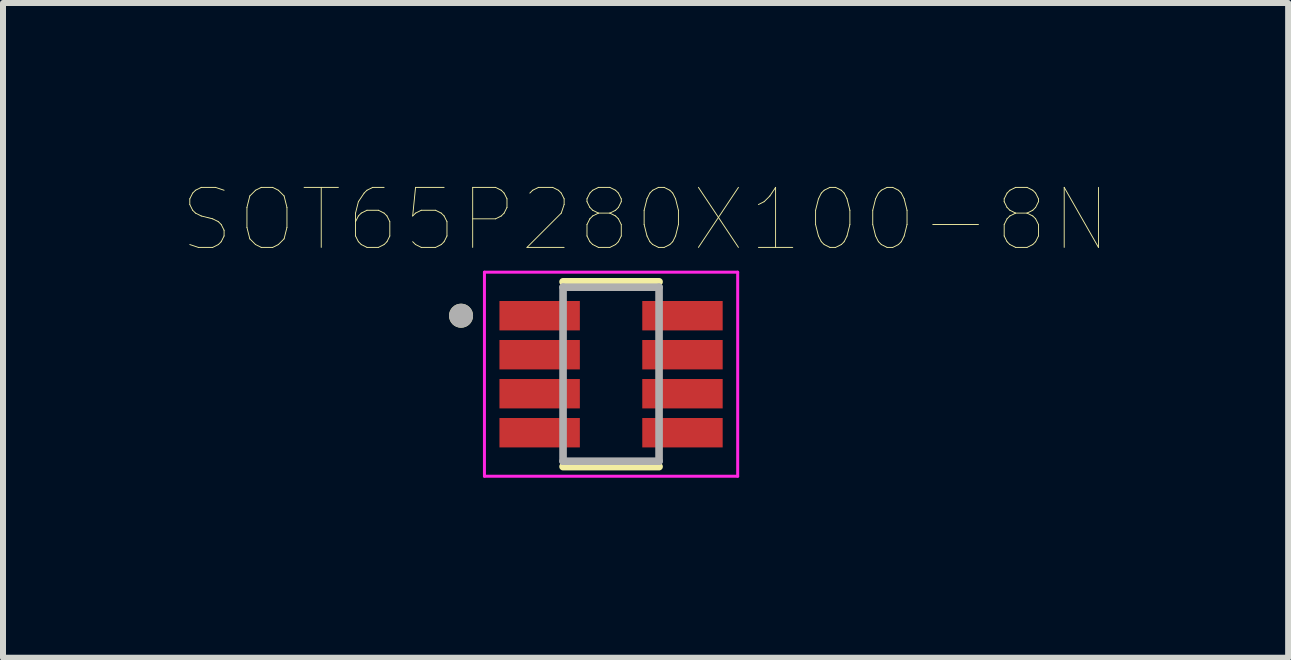
<source format=kicad_pcb>
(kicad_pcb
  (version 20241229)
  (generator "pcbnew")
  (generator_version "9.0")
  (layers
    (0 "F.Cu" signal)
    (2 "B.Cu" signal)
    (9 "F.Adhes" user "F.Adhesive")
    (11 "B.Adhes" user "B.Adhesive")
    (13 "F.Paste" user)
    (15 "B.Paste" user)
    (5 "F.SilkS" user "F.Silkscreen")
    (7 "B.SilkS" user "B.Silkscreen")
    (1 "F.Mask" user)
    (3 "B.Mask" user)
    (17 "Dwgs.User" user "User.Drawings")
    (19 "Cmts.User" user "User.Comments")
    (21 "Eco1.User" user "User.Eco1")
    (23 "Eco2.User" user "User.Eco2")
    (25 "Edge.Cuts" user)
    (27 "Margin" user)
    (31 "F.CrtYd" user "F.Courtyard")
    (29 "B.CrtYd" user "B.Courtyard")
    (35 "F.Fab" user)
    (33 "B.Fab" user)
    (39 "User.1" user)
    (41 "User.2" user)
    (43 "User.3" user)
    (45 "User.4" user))
  (footprint "SOT65P280X100-8N"
    (layer "F.Cu")
    (at 7.133 3.186)
    (property "Reference" "SOT65P280X100-8N" (at 0.575 -2.575 0) (layer "F.SilkS") (effects (font (size 1 1) (thickness 0.015))))
    (attr through_hole)
    (fp_line (start -0.8 1.54) (end 0.8 1.54) (stroke (width 0.127) (type solid)) (layer "F.SilkS"))
    (fp_line (start 0.8 -1.54) (end -0.8 -1.54) (stroke (width 0.127) (type solid)) (layer "F.SilkS"))
    (fp_circle (center -2.5 -0.975) (end -2.4 -0.975) (stroke (width 0.2) (type solid)) (fill no) (layer "F.SilkS"))
    (fp_line (start -2.11 -1.7) (end -2.11 1.7) (stroke (width 0.05) (type solid)) (layer "F.CrtYd"))
    (fp_line (start -2.11 1.7) (end 2.11 1.7) (stroke (width 0.05) (type solid)) (layer "F.CrtYd"))
    (fp_line (start 2.11 -1.7) (end -2.11 -1.7) (stroke (width 0.05) (type solid)) (layer "F.CrtYd"))
    (fp_line (start 2.11 1.7) (end 2.11 -1.7) (stroke (width 0.05) (type solid)) (layer "F.CrtYd"))
    (fp_line (start -0.8 -1.45) (end -0.8 1.45) (stroke (width 0.127) (type solid)) (layer "F.Fab"))
    (fp_line (start -0.8 1.45) (end 0.8 1.45) (stroke (width 0.127) (type solid)) (layer "F.Fab"))
    (fp_line (start 0.8 -1.45) (end -0.8 -1.45) (stroke (width 0.127) (type solid)) (layer "F.Fab"))
    (fp_line (start 0.8 1.45) (end 0.8 -1.45) (stroke (width 0.127) (type solid)) (layer "F.Fab"))
    (fp_circle (center -2.5 -0.975) (end -2.4 -0.975) (stroke (width 0.2) (type solid)) (fill no) (layer "F.Fab"))
    (pad "1" smd rect (at -1.19 -0.975) (size 1.34 0.49) (layers "F.Cu" "F.Mask" "F.Paste"))
    (pad "2" smd rect (at -1.19 -0.325) (size 1.34 0.49) (layers "F.Cu" "F.Mask" "F.Paste"))
    (pad "3" smd rect (at -1.19 0.325) (size 1.34 0.49) (layers "F.Cu" "F.Mask" "F.Paste"))
    (pad "4" smd rect (at -1.19 0.975) (size 1.34 0.49) (layers "F.Cu" "F.Mask" "F.Paste"))
    (pad "5" smd rect (at 1.19 0.975) (size 1.34 0.49) (layers "F.Cu" "F.Mask" "F.Paste"))
    (pad "6" smd rect (at 1.19 0.325) (size 1.34 0.49) (layers "F.Cu" "F.Mask" "F.Paste"))
    (pad "7" smd rect (at 1.19 -0.325) (size 1.34 0.49) (layers "F.Cu" "F.Mask" "F.Paste"))
    (pad "8" smd rect (at 1.19 -0.975) (size 1.34 0.49) (layers "F.Cu" "F.Mask" "F.Paste")))
  (gr_rect
    (start -3 -3)
    (end 18.416 7.911)
    (stroke (width 0.1) (type default))
    (fill no)
    (layer "Edge.Cuts")))
</source>
